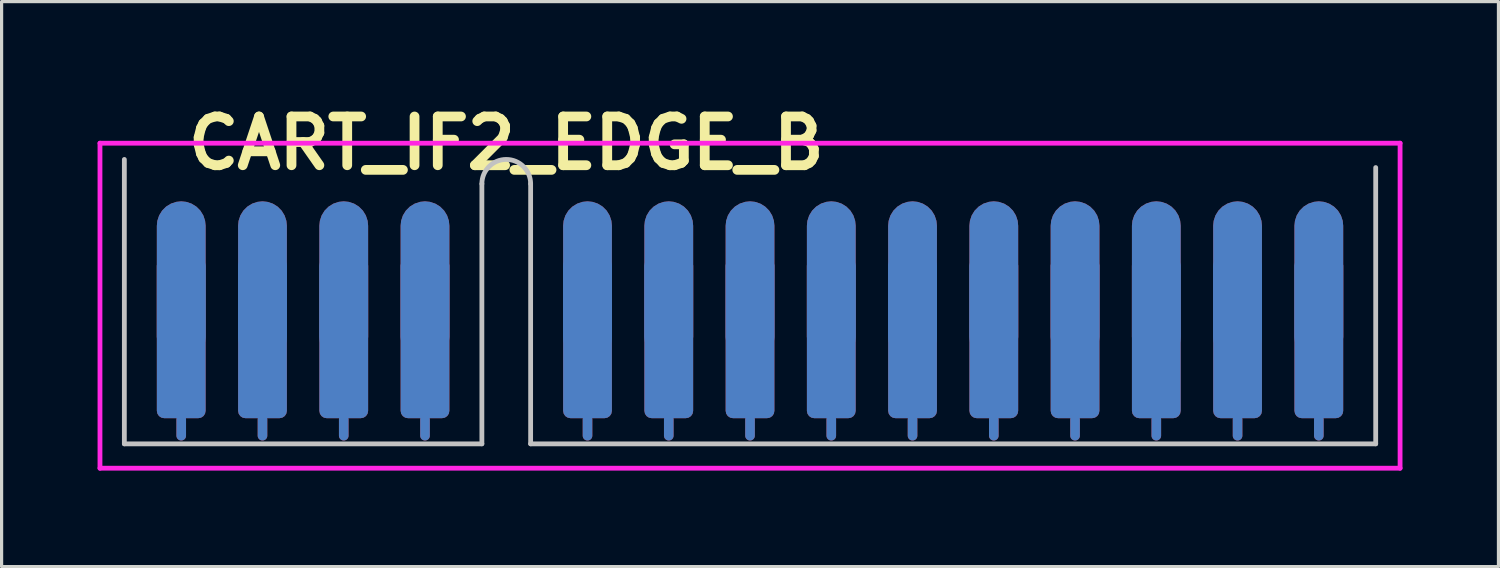
<source format=kicad_pcb>
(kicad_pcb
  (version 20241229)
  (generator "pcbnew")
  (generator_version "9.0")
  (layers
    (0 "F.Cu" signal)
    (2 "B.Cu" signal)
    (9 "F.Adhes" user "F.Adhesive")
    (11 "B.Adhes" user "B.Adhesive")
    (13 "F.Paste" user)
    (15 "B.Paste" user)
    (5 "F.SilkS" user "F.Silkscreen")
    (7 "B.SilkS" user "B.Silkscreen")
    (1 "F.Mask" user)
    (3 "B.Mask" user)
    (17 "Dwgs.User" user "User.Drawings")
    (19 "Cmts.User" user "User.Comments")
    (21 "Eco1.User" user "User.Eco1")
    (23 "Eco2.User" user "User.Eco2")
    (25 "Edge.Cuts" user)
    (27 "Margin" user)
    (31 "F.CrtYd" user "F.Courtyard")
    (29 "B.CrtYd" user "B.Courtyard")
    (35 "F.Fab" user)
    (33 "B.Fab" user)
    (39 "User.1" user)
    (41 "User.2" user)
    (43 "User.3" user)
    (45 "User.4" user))
  (footprint "CART_IF2_EDGE_B"
    (layer "F.Cu")
    (at 12.775 6.506)
    (property "Reference" "CART_IF2_EDGE_B" (at 0 -5.08 0) (layer "F.SilkS") (effects (font (size 1.524 1.524) (thickness 0.305))))
    (attr through_hole)
    (fp_line (start -10.16 4.064) (end -10.16 3.556) (stroke (width 0.3) (type solid)) (layer "F.Cu"))
    (fp_line (start -7.62 4.064) (end -7.62 3.556) (stroke (width 0.3) (type solid)) (layer "F.Cu"))
    (fp_line (start -5.08 4.064) (end -5.08 3.556) (stroke (width 0.3) (type solid)) (layer "F.Cu"))
    (fp_line (start -2.54 4.064) (end -2.54 3.556) (stroke (width 0.3) (type solid)) (layer "F.Cu"))
    (fp_line (start 2.54 4.064) (end 2.54 3.556) (stroke (width 0.3) (type solid)) (layer "F.Cu"))
    (fp_line (start 5.08 4.064) (end 5.08 3.556) (stroke (width 0.3) (type solid)) (layer "F.Cu"))
    (fp_line (start 7.62 4.064) (end 7.62 3.556) (stroke (width 0.3) (type solid)) (layer "F.Cu"))
    (fp_line (start 10.16 4.064) (end 10.16 3.556) (stroke (width 0.3) (type solid)) (layer "F.Cu"))
    (fp_line (start 12.7 4.064) (end 12.7 3.556) (stroke (width 0.3) (type solid)) (layer "F.Cu"))
    (fp_line (start 15.24 4.064) (end 15.24 3.556) (stroke (width 0.3) (type solid)) (layer "F.Cu"))
    (fp_line (start 17.78 4.064) (end 17.78 3.556) (stroke (width 0.3) (type solid)) (layer "F.Cu"))
    (fp_line (start 20.32 4.064) (end 20.32 3.556) (stroke (width 0.3) (type solid)) (layer "F.Cu"))
    (fp_line (start 22.86 4.064) (end 22.86 3.556) (stroke (width 0.3) (type solid)) (layer "F.Cu"))
    (fp_line (start 25.4 4.064) (end 25.4 3.556) (stroke (width 0.3) (type solid)) (layer "F.Cu"))
    (fp_poly (pts (xy 27.178 4.318) (xy 27.178 -3.81) (xy -11.938 -3.81) (xy -11.938 4.318)) (stroke (width 0.15) (type solid)) (fill yes) (layer "F.Mask"))
    (fp_line (start -10.16 4.064) (end -10.16 3.556) (stroke (width 0.3) (type solid)) (layer "B.Cu"))
    (fp_line (start -7.62 4.064) (end -7.62 3.556) (stroke (width 0.3) (type solid)) (layer "B.Cu"))
    (fp_line (start -5.08 4.064) (end -5.08 3.556) (stroke (width 0.3) (type solid)) (layer "B.Cu"))
    (fp_line (start -2.54 4.064) (end -2.54 3.556) (stroke (width 0.3) (type solid)) (layer "B.Cu"))
    (fp_line (start 2.54 4.064) (end 2.54 3.556) (stroke (width 0.3) (type solid)) (layer "B.Cu"))
    (fp_line (start 5.08 4.064) (end 5.08 3.556) (stroke (width 0.3) (type solid)) (layer "B.Cu"))
    (fp_line (start 7.62 4.064) (end 7.62 3.556) (stroke (width 0.3) (type solid)) (layer "B.Cu"))
    (fp_line (start 10.16 4.064) (end 10.16 3.556) (stroke (width 0.3) (type solid)) (layer "B.Cu"))
    (fp_line (start 12.7 4.064) (end 12.7 3.556) (stroke (width 0.3) (type solid)) (layer "B.Cu"))
    (fp_line (start 15.24 4.064) (end 15.24 3.556) (stroke (width 0.3) (type solid)) (layer "B.Cu"))
    (fp_line (start 17.78 4.064) (end 17.78 3.556) (stroke (width 0.3) (type solid)) (layer "B.Cu"))
    (fp_line (start 20.32 4.064) (end 20.32 3.556) (stroke (width 0.3) (type solid)) (layer "B.Cu"))
    (fp_line (start 22.86 4.064) (end 22.86 3.556) (stroke (width 0.3) (type solid)) (layer "B.Cu"))
    (fp_line (start 25.4 4.064) (end 25.4 3.556) (stroke (width 0.3) (type solid)) (layer "B.Cu"))
    (fp_poly (pts (xy 27.178 -3.81) (xy 27.178 4.318) (xy -11.938 4.318) (xy -11.938 -3.81)) (stroke (width 0.15) (type solid)) (fill yes) (layer "B.Mask"))
    (fp_line (start -11.938 -4.572) (end -11.938 4.318) (stroke (width 0.15) (type solid)) (layer "Dwgs.User"))
    (fp_line (start -11.938 4.318) (end -0.762 4.318) (stroke (width 0.15) (type solid)) (layer "Dwgs.User"))
    (fp_line (start -0.762 4.318) (end -0.762 -3.81) (stroke (width 0.15) (type solid)) (layer "Dwgs.User"))
    (fp_line (start 0.762 -3.81) (end 0.762 4.318) (stroke (width 0.15) (type solid)) (layer "Dwgs.User"))
    (fp_line (start 0.762 4.318) (end 27.178 4.318) (stroke (width 0.15) (type solid)) (layer "Dwgs.User"))
    (fp_line (start 27.178 4.318) (end 27.178 -4.318) (stroke (width 0.15) (type solid)) (layer "Dwgs.User"))
    (fp_arc (start -0.762 -3.81) (mid 0 -4.572) (end 0.762 -3.81) (stroke (width 0.15) (type solid)) (layer "Dwgs.User"))
    (fp_line (start -12.7 -5.08) (end -12.7 5.08) (stroke (width 0.15) (type solid)) (layer "F.CrtYd"))
    (fp_line (start -12.7 5.08) (end 27.94 5.08) (stroke (width 0.15) (type solid)) (layer "F.CrtYd"))
    (fp_line (start 27.94 -5.08) (end -12.7 -5.08) (stroke (width 0.15) (type solid)) (layer "F.CrtYd"))
    (fp_line (start 27.94 5.08) (end 27.94 -5.08) (stroke (width 0.15) (type solid)) (layer "F.CrtYd"))
    (pad "1" connect roundrect (at -10.16 -0.762) (size 1.524 5) (layers "F.Cu") (roundrect_rratio 0.5))
    (pad "1" connect roundrect (at -10.16 1.016) (size 1.524 5) (layers "F.Cu") (roundrect_rratio 0.15))
    (pad "2" connect roundrect (at -10.16 -0.762) (size 1.524 5) (layers "B.Cu") (roundrect_rratio 0.5))
    (pad "2" connect roundrect (at -10.16 1.016) (size 1.524 5) (layers "B.Cu") (roundrect_rratio 0.15))
    (pad "3" connect roundrect (at -7.62 -0.762) (size 1.524 5) (layers "F.Cu") (roundrect_rratio 0.5))
    (pad "3" connect roundrect (at -7.62 1.016) (size 1.524 5) (layers "F.Cu") (roundrect_rratio 0.15))
    (pad "4" connect roundrect (at -7.62 -0.762) (size 1.524 5) (layers "B.Cu") (roundrect_rratio 0.5))
    (pad "4" connect roundrect (at -7.62 1.016) (size 1.524 5) (layers "B.Cu") (roundrect_rratio 0.15))
    (pad "5" connect roundrect (at -5.08 -0.762) (size 1.524 5) (layers "F.Cu") (roundrect_rratio 0.5))
    (pad "5" connect roundrect (at -5.08 1.016) (size 1.524 5) (layers "F.Cu") (roundrect_rratio 0.15))
    (pad "6" connect roundrect (at -5.08 -0.762) (size 1.524 5) (layers "B.Cu") (roundrect_rratio 0.5))
    (pad "6" connect roundrect (at -5.08 1.016) (size 1.524 5) (layers "B.Cu") (roundrect_rratio 0.15))
    (pad "7" connect roundrect (at -2.54 -0.762) (size 1.524 5) (layers "F.Cu") (roundrect_rratio 0.5))
    (pad "7" connect roundrect (at -2.54 1.016) (size 1.524 5) (layers "F.Cu") (roundrect_rratio 0.15))
    (pad "8" connect roundrect (at -2.54 -0.762) (size 1.524 5) (layers "B.Cu") (roundrect_rratio 0.5))
    (pad "8" connect roundrect (at -2.54 1.016) (size 1.524 5) (layers "B.Cu") (roundrect_rratio 0.15))
    (pad "9" connect roundrect (at 2.54 -0.762) (size 1.524 5) (layers "F.Cu") (roundrect_rratio 0.5))
    (pad "9" connect roundrect (at 2.54 1.016) (size 1.524 5) (layers "F.Cu") (roundrect_rratio 0.15))
    (pad "10" connect roundrect (at 2.54 -0.762) (size 1.524 5) (layers "B.Cu") (roundrect_rratio 0.5))
    (pad "10" connect roundrect (at 2.54 1.016) (size 1.524 5) (layers "B.Cu") (roundrect_rratio 0.15))
    (pad "11" connect roundrect (at 5.08 -0.762) (size 1.524 5) (layers "F.Cu") (roundrect_rratio 0.5))
    (pad "11" connect roundrect (at 5.08 1.016) (size 1.524 5) (layers "F.Cu") (roundrect_rratio 0.15))
    (pad "12" connect roundrect (at 5.08 -0.762) (size 1.524 5) (layers "B.Cu") (roundrect_rratio 0.5))
    (pad "12" connect roundrect (at 5.08 1.016) (size 1.524 5) (layers "B.Cu") (roundrect_rratio 0.15))
    (pad "13" connect roundrect (at 7.62 -0.762) (size 1.524 5) (layers "F.Cu") (roundrect_rratio 0.5))
    (pad "13" connect roundrect (at 7.62 1.016) (size 1.524 5) (layers "F.Cu") (roundrect_rratio 0.15))
    (pad "14" connect roundrect (at 7.62 -0.762) (size 1.524 5) (layers "B.Cu") (roundrect_rratio 0.5))
    (pad "14" connect roundrect (at 7.62 1.016) (size 1.524 5) (layers "B.Cu") (roundrect_rratio 0.15))
    (pad "15" connect roundrect (at 10.16 -0.762) (size 1.524 5) (layers "F.Cu") (roundrect_rratio 0.5))
    (pad "15" connect roundrect (at 10.16 1.016) (size 1.524 5) (layers "F.Cu") (roundrect_rratio 0.15))
    (pad "16" connect roundrect (at 10.16 -0.762) (size 1.524 5) (layers "B.Cu") (roundrect_rratio 0.5))
    (pad "16" connect roundrect (at 10.16 1.016) (size 1.524 5) (layers "B.Cu") (roundrect_rratio 0.15))
    (pad "17" connect roundrect (at 12.7 -0.762) (size 1.524 5) (layers "F.Cu") (roundrect_rratio 0.5))
    (pad "17" connect roundrect (at 12.7 1.016) (size 1.524 5) (layers "F.Cu") (roundrect_rratio 0.15))
    (pad "18" connect roundrect (at 12.7 -0.762) (size 1.524 5) (layers "B.Cu") (roundrect_rratio 0.5))
    (pad "18" connect roundrect (at 12.7 1.016) (size 1.524 5) (layers "B.Cu") (roundrect_rratio 0.15))
    (pad "19" connect roundrect (at 15.24 -0.762) (size 1.524 5) (layers "F.Cu") (roundrect_rratio 0.5))
    (pad "19" connect roundrect (at 15.24 1.016) (size 1.524 5) (layers "F.Cu") (roundrect_rratio 0.15))
    (pad "20" connect roundrect (at 15.24 -0.762) (size 1.524 5) (layers "B.Cu") (roundrect_rratio 0.5))
    (pad "20" connect roundrect (at 15.24 1.016) (size 1.524 5) (layers "B.Cu") (roundrect_rratio 0.15))
    (pad "21" connect roundrect (at 17.78 -0.762) (size 1.524 5) (layers "F.Cu") (roundrect_rratio 0.5))
    (pad "21" connect roundrect (at 17.78 1.016) (size 1.524 5) (layers "F.Cu") (roundrect_rratio 0.15))
    (pad "22" connect roundrect (at 17.78 -0.762) (size 1.524 5) (layers "B.Cu") (roundrect_rratio 0.5))
    (pad "22" connect roundrect (at 17.78 1.016) (size 1.524 5) (layers "B.Cu") (roundrect_rratio 0.15))
    (pad "23" connect roundrect (at 20.32 -0.762) (size 1.524 5) (layers "F.Cu") (roundrect_rratio 0.5))
    (pad "23" connect roundrect (at 20.32 1.016) (size 1.524 5) (layers "F.Cu") (roundrect_rratio 0.15))
    (pad "24" connect roundrect (at 20.32 -0.762) (size 1.524 5) (layers "B.Cu") (roundrect_rratio 0.5))
    (pad "24" connect roundrect (at 20.32 1.016) (size 1.524 5) (layers "B.Cu") (roundrect_rratio 0.15))
    (pad "25" connect roundrect (at 22.86 -0.762) (size 1.524 5) (layers "F.Cu") (roundrect_rratio 0.5))
    (pad "25" connect roundrect (at 22.86 1.016) (size 1.524 5) (layers "F.Cu") (roundrect_rratio 0.15))
    (pad "26" connect roundrect (at 22.86 -0.762) (size 1.524 5) (layers "B.Cu") (roundrect_rratio 0.5))
    (pad "26" connect roundrect (at 22.86 1.016) (size 1.524 5) (layers "B.Cu") (roundrect_rratio 0.15))
    (pad "27" connect roundrect (at 25.4 -0.762) (size 1.524 5) (layers "F.Cu") (roundrect_rratio 0.5))
    (pad "27" connect roundrect (at 25.4 1.016) (size 1.524 5) (layers "F.Cu") (roundrect_rratio 0.15))
    (pad "28" connect roundrect (at 25.4 -0.762) (size 1.524 5) (layers "B.Cu") (roundrect_rratio 0.5))
    (pad "28" connect roundrect (at 25.4 1.016) (size 1.524 5) (layers "B.Cu") (roundrect_rratio 0.15)))
  (gr_rect
    (start -3 -3)
    (end 43.79 14.661)
    (stroke (width 0.1) (type default))
    (fill no)
    (layer "Edge.Cuts")))
</source>
